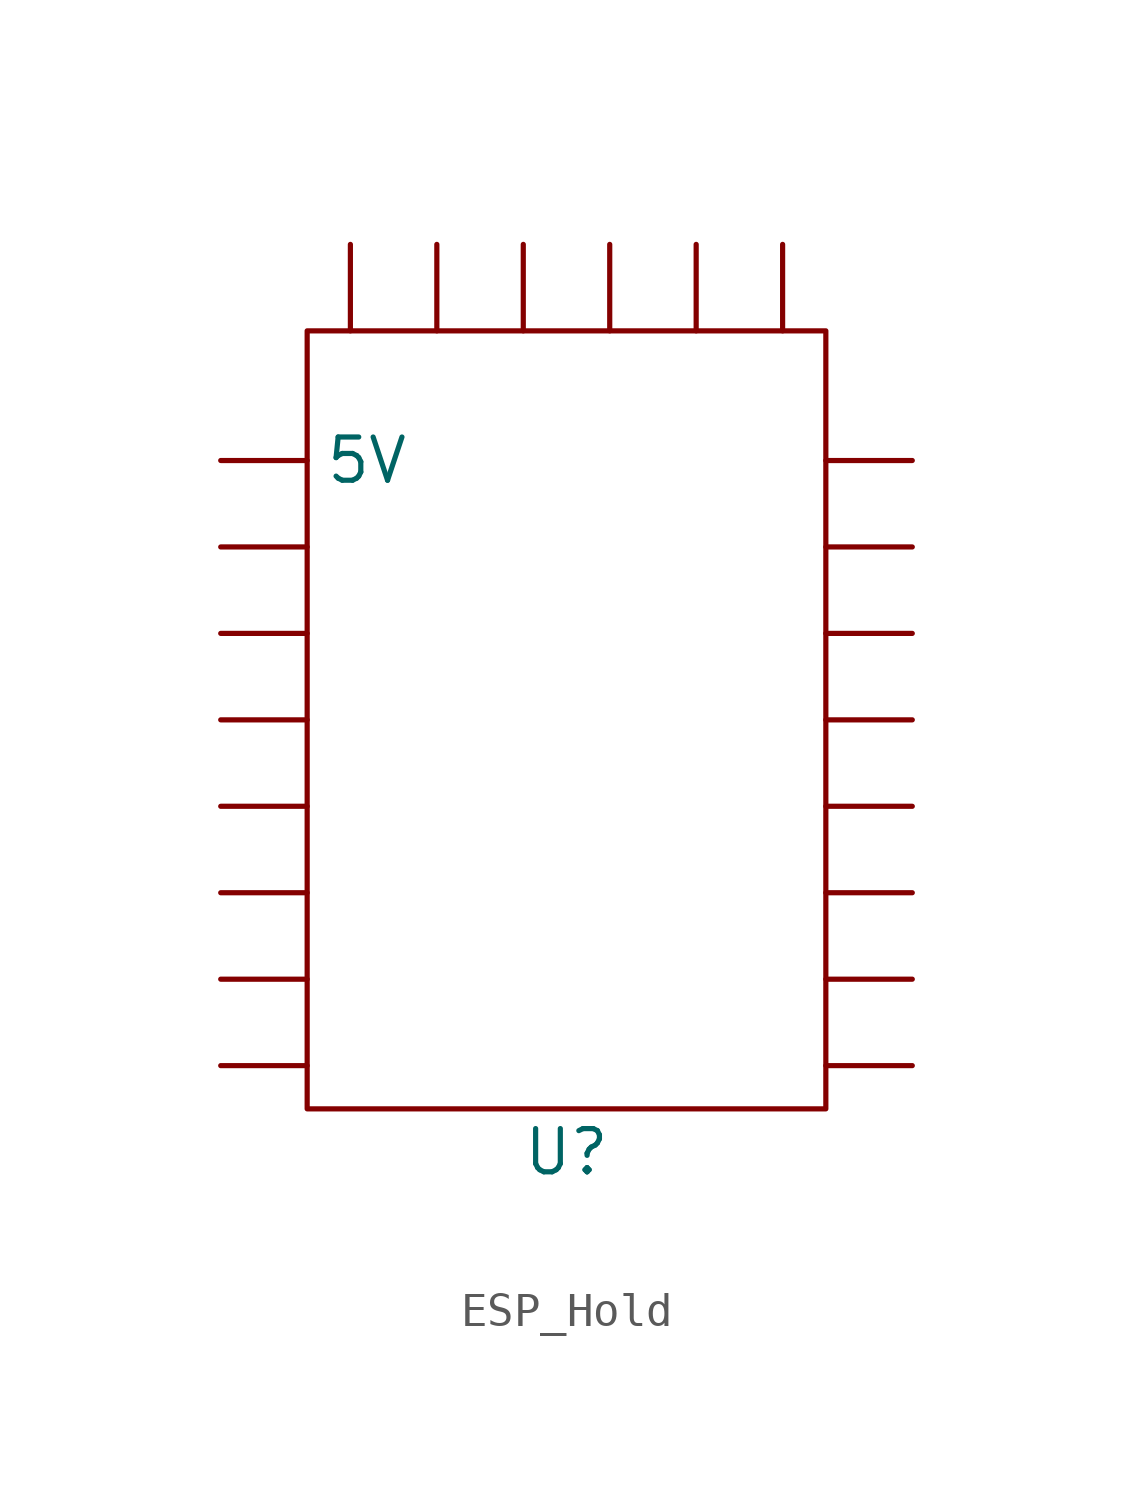
<source format=kicad_sym>
(kicad_symbol_lib
  (version 20231120)
  (generator "kicad_symbol_editor")
  (generator_version "8.0")
  (symbol "ESP_Hold"
    (property "Reference" "U"
      (at 0 0 0)
      (effects (font (size 1.27 1.27))))
    (property "Value" ""
      (at 0 0 0)
      (effects (font (size 1.27 1.27))))
    (symbol "ESP_Hold_0_1"
      (rectangle (start -7.62 24.13) (end 7.62 1.27) (stroke (width 0) (type default)) (fill (type none))))
    (symbol "ESP_Hold_1_1"
      (pin input line (at -10.16 2.54 0) (length 2.54) (name "" (effects (font (size 1.27 1.27)))) (number "" (effects (font (size 1.27 1.27)))))
      (pin input line (at -10.16 5.08 0) (length 2.54) (name "" (effects (font (size 1.27 1.27)))) (number "" (effects (font (size 1.27 1.27)))))
      (pin input line (at -10.16 7.62 0) (length 2.54) (name "" (effects (font (size 1.27 1.27)))) (number "" (effects (font (size 1.27 1.27)))))
      (pin input line (at -10.16 10.16 0) (length 2.54) (name "" (effects (font (size 1.27 1.27)))) (number "" (effects (font (size 1.27 1.27)))))
      (pin input line (at -10.16 12.7 0) (length 2.54) (name "" (effects (font (size 1.27 1.27)))) (number "" (effects (font (size 1.27 1.27)))))
      (pin input line (at -10.16 15.24 0) (length 2.54) (name "" (effects (font (size 1.27 1.27)))) (number "" (effects (font (size 1.27 1.27)))))
      (pin input line (at -10.16 17.78 0) (length 2.54) (name "" (effects (font (size 1.27 1.27)))) (number "" (effects (font (size 1.27 1.27)))))
      (pin input line (at -6.35 26.67 270) (length 2.54) (name "" (effects (font (size 1.27 1.27)))) (number "" (effects (font (size 1.27 1.27)))))
      (pin input line (at -3.81 26.67 270) (length 2.54) (name "" (effects (font (size 1.27 1.27)))) (number "" (effects (font (size 1.27 1.27)))))
      (pin input line (at -1.27 26.67 270) (length 2.54) (name "" (effects (font (size 1.27 1.27)))) (number "" (effects (font (size 1.27 1.27)))))
      (pin input line (at 1.27 26.67 270) (length 2.54) (name "" (effects (font (size 1.27 1.27)))) (number "" (effects (font (size 1.27 1.27)))))
      (pin input line (at 3.81 26.67 270) (length 2.54) (name "" (effects (font (size 1.27 1.27)))) (number "" (effects (font (size 1.27 1.27)))))
      (pin input line (at 6.35 26.67 270) (length 2.54) (name "" (effects (font (size 1.27 1.27)))) (number "" (effects (font (size 1.27 1.27)))))
      (pin input line (at 10.16 2.54 180) (length 2.54) (name "" (effects (font (size 1.27 1.27)))) (number "" (effects (font (size 1.27 1.27)))))
      (pin input line (at 10.16 5.08 180) (length 2.54) (name "" (effects (font (size 1.27 1.27)))) (number "" (effects (font (size 1.27 1.27)))))
      (pin input line (at 10.16 7.62 180) (length 2.54) (name "" (effects (font (size 1.27 1.27)))) (number "" (effects (font (size 1.27 1.27)))))
      (pin input line (at 10.16 10.16 180) (length 2.54) (name "" (effects (font (size 1.27 1.27)))) (number "" (effects (font (size 1.27 1.27)))))
      (pin input line (at 10.16 12.7 180) (length 2.54) (name "" (effects (font (size 1.27 1.27)))) (number "" (effects (font (size 1.27 1.27)))))
      (pin input line (at 10.16 15.24 180) (length 2.54) (name "" (effects (font (size 1.27 1.27)))) (number "" (effects (font (size 1.27 1.27)))))
      (pin input line (at 10.16 17.78 180) (length 2.54) (name "" (effects (font (size 1.27 1.27)))) (number "" (effects (font (size 1.27 1.27)))))
      (pin input line (at 10.16 20.32 180) (length 2.54) (name "" (effects (font (size 1.27 1.27)))) (number "" (effects (font (size 1.27 1.27)))))
      (pin input line (at -10.16 20.32 0) (length 2.54) (name "5V" (effects (font (size 1.27 1.27)))) (number "" (effects (font (size 1 1))))))))
</source>
